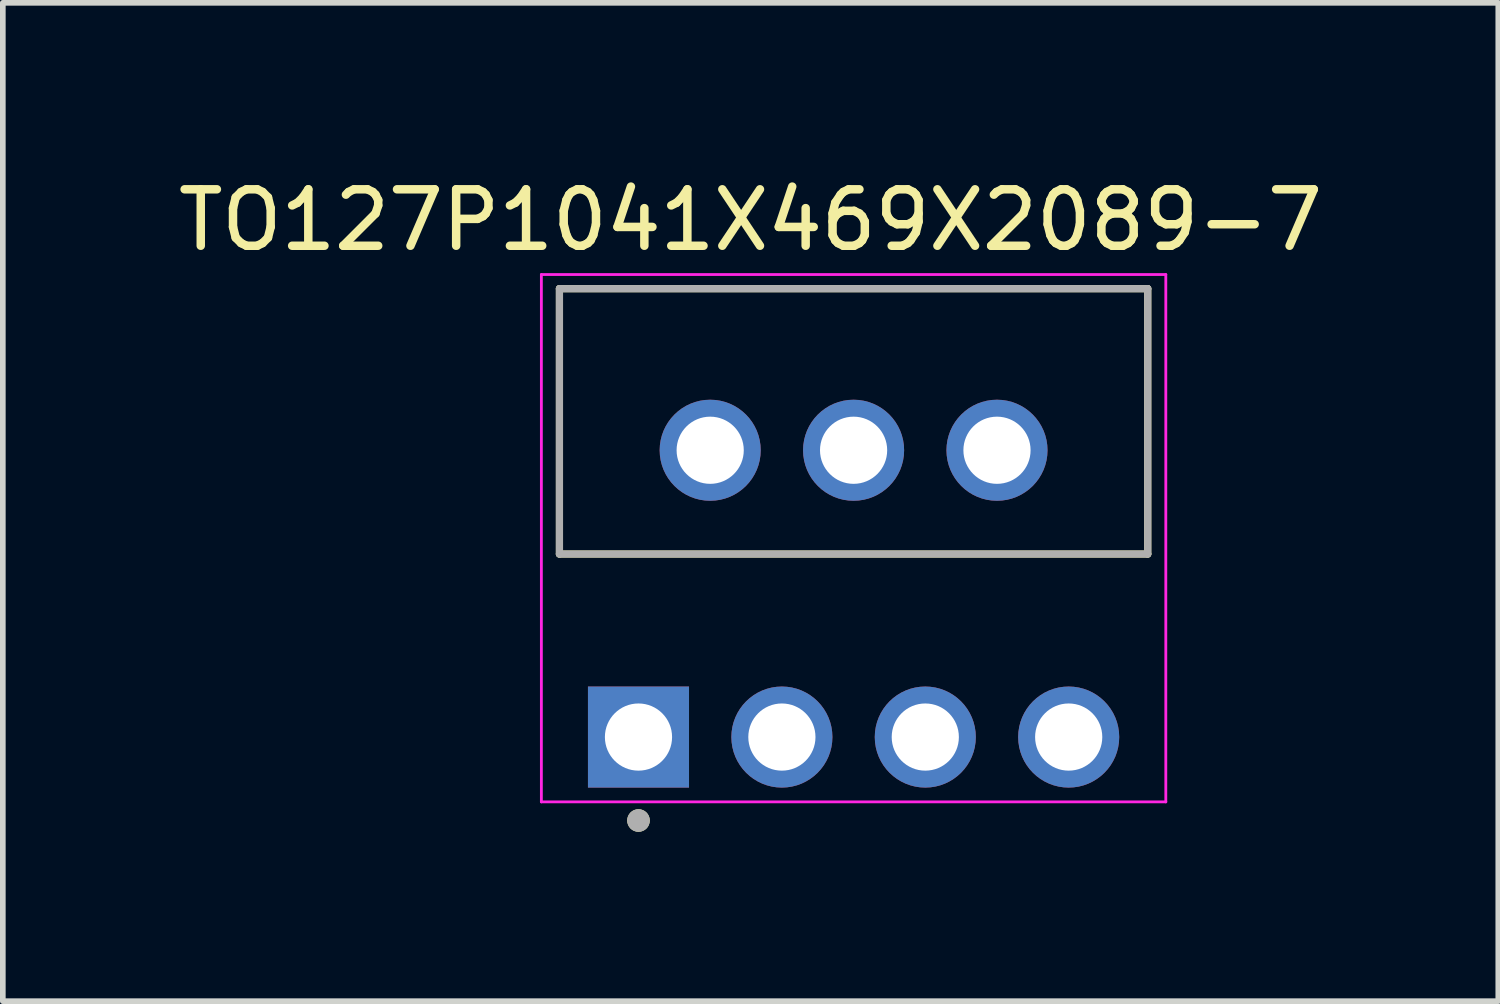
<source format=kicad_pcb>
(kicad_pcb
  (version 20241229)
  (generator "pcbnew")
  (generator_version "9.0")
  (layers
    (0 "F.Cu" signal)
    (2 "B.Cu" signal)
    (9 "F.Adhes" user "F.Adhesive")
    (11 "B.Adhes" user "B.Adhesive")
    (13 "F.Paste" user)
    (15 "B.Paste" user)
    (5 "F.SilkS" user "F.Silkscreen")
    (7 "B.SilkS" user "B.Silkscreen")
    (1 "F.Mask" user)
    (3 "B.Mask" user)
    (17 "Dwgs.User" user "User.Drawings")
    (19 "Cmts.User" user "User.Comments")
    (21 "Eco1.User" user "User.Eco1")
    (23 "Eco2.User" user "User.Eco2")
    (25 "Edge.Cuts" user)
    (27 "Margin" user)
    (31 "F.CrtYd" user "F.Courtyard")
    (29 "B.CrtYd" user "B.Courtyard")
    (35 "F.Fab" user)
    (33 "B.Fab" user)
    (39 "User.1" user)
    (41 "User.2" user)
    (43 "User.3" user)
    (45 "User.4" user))
  (footprint "TO127P1041X469X2089-7"
    (layer "F.Cu")
    (at 12.069 6.483)
    (property "Reference" "TO127P1041X469X2089-7" (at -1.825 -5.635 0) (layer "F.SilkS") (effects (font (size 1 1) (thickness 0.15))))
    (attr through_hole)
    (fp_line (start -5.21 -4.42) (end -5.21 0.28) (stroke (width 0.127) (type solid)) (layer "F.SilkS"))
    (fp_line (start -5.21 0.28) (end 5.21 0.28) (stroke (width 0.127) (type solid)) (layer "F.SilkS"))
    (fp_line (start 5.21 -4.42) (end -5.21 -4.42) (stroke (width 0.127) (type solid)) (layer "F.SilkS"))
    (fp_line (start 5.21 0.28) (end 5.21 -4.42) (stroke (width 0.127) (type solid)) (layer "F.SilkS"))
    (fp_circle (center -3.81 5) (end -3.71 5) (stroke (width 0.2) (type solid)) (fill no) (layer "F.SilkS"))
    (fp_line (start -5.53 -4.67) (end 5.53 -4.67) (stroke (width 0.05) (type solid)) (layer "F.CrtYd"))
    (fp_line (start -5.53 4.67) (end -5.53 -4.67) (stroke (width 0.05) (type solid)) (layer "F.CrtYd"))
    (fp_line (start 5.53 -4.67) (end 5.53 4.67) (stroke (width 0.05) (type solid)) (layer "F.CrtYd"))
    (fp_line (start 5.53 4.67) (end -5.53 4.67) (stroke (width 0.05) (type solid)) (layer "F.CrtYd"))
    (fp_line (start -5.21 -4.42) (end -5.21 0.28) (stroke (width 0.127) (type solid)) (layer "F.Fab"))
    (fp_line (start -5.21 0.28) (end 5.21 0.28) (stroke (width 0.127) (type solid)) (layer "F.Fab"))
    (fp_line (start 5.21 -4.42) (end -5.21 -4.42) (stroke (width 0.127) (type solid)) (layer "F.Fab"))
    (fp_line (start 5.21 0.28) (end 5.21 -4.42) (stroke (width 0.127) (type solid)) (layer "F.Fab"))
    (fp_circle (center -3.81 5) (end -3.71 5) (stroke (width 0.2) (type solid)) (fill no) (layer "F.Fab"))
    (pad "1" thru_hole rect (at -3.81 3.522) (size 1.79 1.79) (drill 1.19) (layers "*.Cu" "*.Mask"))
    (pad "2" thru_hole circle (at -2.54 -1.558) (size 1.79 1.79) (drill 1.19) (layers "*.Cu" "*.Mask"))
    (pad "3" thru_hole circle (at -1.27 3.522) (size 1.79 1.79) (drill 1.19) (layers "*.Cu" "*.Mask"))
    (pad "4" thru_hole circle (at 0 -1.558) (size 1.79 1.79) (drill 1.19) (layers "*.Cu" "*.Mask"))
    (pad "5" thru_hole circle (at 1.27 3.522) (size 1.79 1.79) (drill 1.19) (layers "*.Cu" "*.Mask"))
    (pad "6" thru_hole circle (at 2.54 -1.558) (size 1.79 1.79) (drill 1.19) (layers "*.Cu" "*.Mask"))
    (pad "7" thru_hole circle (at 3.81 3.522) (size 1.79 1.79) (drill 1.19) (layers "*.Cu" "*.Mask")))
  (gr_rect
    (start -3 -3)
    (end 23.488 14.683)
    (stroke (width 0.1) (type default))
    (fill no)
    (layer "Edge.Cuts")))
</source>
